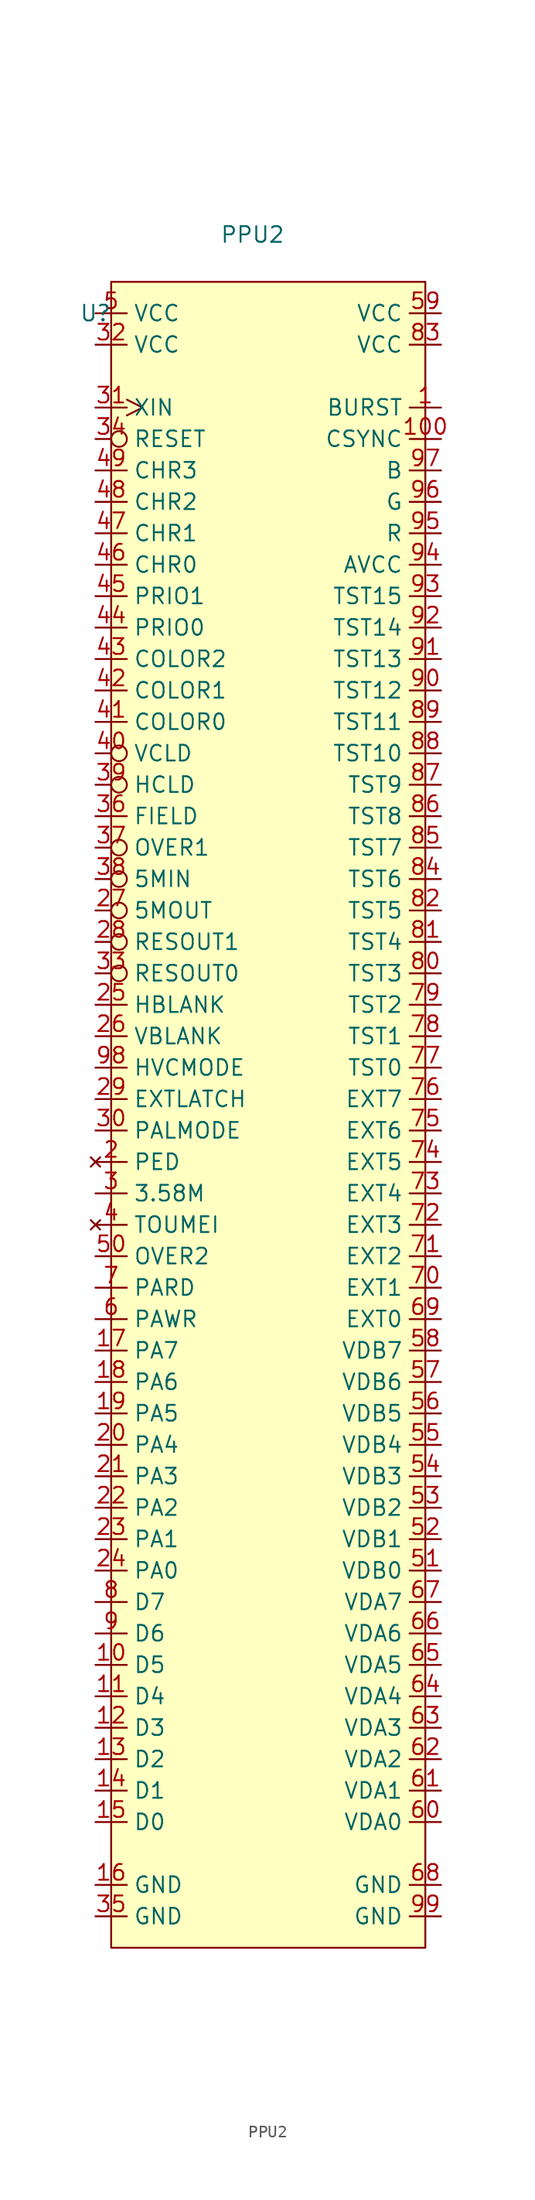
<source format=kicad_sym>
(kicad_symbol_lib
  (version 20220914)
  (generator kicad_symbol_editor)
  (symbol "PPU2"
    (property "Reference" "U"
      (at -12.7 1.27 0)
      (effects (font (size 1.27 1.27))))
    (property "Value" "PPU2"
      (at 0 7.62 0)
      (effects (font (size 1.27 1.27))))
    (symbol "PPU2_0_0"
      (pin output line (at 15.24 -6.35 180) (length 2.54) (name "BURST" (effects (font (size 1.27 1.27)))) (number "1" (effects (font (size 1.27 1.27)))))
      (pin bidirectional line (at -12.7 -107.95 0) (length 2.54) (name "D5" (effects (font (size 1.27 1.27)))) (number "10" (effects (font (size 1.27 1.27)))))
      (pin output line (at 15.24 -8.89 180) (length 2.54) (name "CSYNC" (effects (font (size 1.27 1.27)))) (number "100" (effects (font (size 1.27 1.27)))))
      (pin bidirectional line (at -12.7 -110.49 0) (length 2.54) (name "D4" (effects (font (size 1.27 1.27)))) (number "11" (effects (font (size 1.27 1.27)))))
      (pin bidirectional line (at -12.7 -113.03 0) (length 2.54) (name "D3" (effects (font (size 1.27 1.27)))) (number "12" (effects (font (size 1.27 1.27)))))
      (pin bidirectional line (at -12.7 -115.57 0) (length 2.54) (name "D2" (effects (font (size 1.27 1.27)))) (number "13" (effects (font (size 1.27 1.27)))))
      (pin bidirectional line (at -12.7 -118.11 0) (length 2.54) (name "D1" (effects (font (size 1.27 1.27)))) (number "14" (effects (font (size 1.27 1.27)))))
      (pin bidirectional line (at -12.7 -120.65 0) (length 2.54) (name "D0" (effects (font (size 1.27 1.27)))) (number "15" (effects (font (size 1.27 1.27)))))
      (pin power_in line (at -12.7 -125.73 0) (length 2.54) (name "GND" (effects (font (size 1.27 1.27)))) (number "16" (effects (font (size 1.27 1.27)))))
      (pin input line (at -12.7 -82.55 0) (length 2.54) (name "PA7" (effects (font (size 1.27 1.27)))) (number "17" (effects (font (size 1.27 1.27)))))
      (pin input line (at -12.7 -85.09 0) (length 2.54) (name "PA6" (effects (font (size 1.27 1.27)))) (number "18" (effects (font (size 1.27 1.27)))))
      (pin input line (at -12.7 -87.63 0) (length 2.54) (name "PA5" (effects (font (size 1.27 1.27)))) (number "19" (effects (font (size 1.27 1.27)))))
      (pin no_connect line (at -12.7 -67.31 0) (length 2.54) (name "PED" (effects (font (size 1.27 1.27)))) (number "2" (effects (font (size 1.27 1.27)))))
      (pin input line (at -12.7 -90.17 0) (length 2.54) (name "PA4" (effects (font (size 1.27 1.27)))) (number "20" (effects (font (size 1.27 1.27)))))
      (pin input line (at -12.7 -92.71 0) (length 2.54) (name "PA3" (effects (font (size 1.27 1.27)))) (number "21" (effects (font (size 1.27 1.27)))))
      (pin input line (at -12.7 -95.25 0) (length 2.54) (name "PA2" (effects (font (size 1.27 1.27)))) (number "22" (effects (font (size 1.27 1.27)))))
      (pin input line (at -12.7 -97.79 0) (length 2.54) (name "PA1" (effects (font (size 1.27 1.27)))) (number "23" (effects (font (size 1.27 1.27)))))
      (pin input line (at -12.7 -100.33 0) (length 2.54) (name "PA0" (effects (font (size 1.27 1.27)))) (number "24" (effects (font (size 1.27 1.27)))))
      (pin output line (at -12.7 -54.61 0) (length 2.54) (name "HBLANK" (effects (font (size 1.27 1.27)))) (number "25" (effects (font (size 1.27 1.27)))))
      (pin output line (at -12.7 -57.15 0) (length 2.54) (name "VBLANK" (effects (font (size 1.27 1.27)))) (number "26" (effects (font (size 1.27 1.27)))))
      (pin output inverted (at -12.7 -46.99 0) (length 2.54) (name "5MOUT" (effects (font (size 1.27 1.27)))) (number "27" (effects (font (size 1.27 1.27)))))
      (pin output inverted (at -12.7 -49.53 0) (length 2.54) (name "RESOUT1" (effects (font (size 1.27 1.27)))) (number "28" (effects (font (size 1.27 1.27)))))
      (pin bidirectional line (at -12.7 -62.23 0) (length 2.54) (name "EXTLATCH" (effects (font (size 1.27 1.27)))) (number "29" (effects (font (size 1.27 1.27)))))
      (pin output line (at -12.7 -69.85 0) (length 2.54) (name "3.58M" (effects (font (size 1.27 1.27)))) (number "3" (effects (font (size 1.27 1.27)))))
      (pin input line (at -12.7 -64.77 0) (length 2.54) (name "PALMODE" (effects (font (size 1.27 1.27)))) (number "30" (effects (font (size 1.27 1.27)))))
      (pin input clock (at -12.7 -6.35 0) (length 2.54) (name "XIN" (effects (font (size 1.27 1.27)))) (number "31" (effects (font (size 1.27 1.27)))))
      (pin power_in line (at -12.7 -1.27 0) (length 2.54) (name "VCC" (effects (font (size 1.27 1.27)))) (number "32" (effects (font (size 1.27 1.27)))))
      (pin output inverted (at -12.7 -52.07 0) (length 2.54) (name "RESOUT0" (effects (font (size 1.27 1.27)))) (number "33" (effects (font (size 1.27 1.27)))))
      (pin input inverted (at -12.7 -8.89 0) (length 2.54) (name "RESET" (effects (font (size 1.27 1.27)))) (number "34" (effects (font (size 1.27 1.27)))))
      (pin power_in line (at -12.7 -128.27 0) (length 2.54) (name "GND" (effects (font (size 1.27 1.27)))) (number "35" (effects (font (size 1.27 1.27)))))
      (pin unspecified line (at -12.7 -39.37 0) (length 2.54) (name "FIELD" (effects (font (size 1.27 1.27)))) (number "36" (effects (font (size 1.27 1.27)))))
      (pin unspecified inverted (at -12.7 -41.91 0) (length 2.54) (name "OVER1" (effects (font (size 1.27 1.27)))) (number "37" (effects (font (size 1.27 1.27)))))
      (pin input inverted (at -12.7 -44.45 0) (length 2.54) (name "5MIN" (effects (font (size 1.27 1.27)))) (number "38" (effects (font (size 1.27 1.27)))))
      (pin unspecified inverted (at -12.7 -36.83 0) (length 2.54) (name "HCLD" (effects (font (size 1.27 1.27)))) (number "39" (effects (font (size 1.27 1.27)))))
      (pin no_connect line (at -12.7 -72.39 0) (length 2.54) (name "TOUMEI" (effects (font (size 1.27 1.27)))) (number "4" (effects (font (size 1.27 1.27)))))
      (pin unspecified inverted (at -12.7 -34.29 0) (length 2.54) (name "VCLD" (effects (font (size 1.27 1.27)))) (number "40" (effects (font (size 1.27 1.27)))))
      (pin unspecified line (at -12.7 -31.75 0) (length 2.54) (name "COLOR0" (effects (font (size 1.27 1.27)))) (number "41" (effects (font (size 1.27 1.27)))))
      (pin unspecified line (at -12.7 -29.21 0) (length 2.54) (name "COLOR1" (effects (font (size 1.27 1.27)))) (number "42" (effects (font (size 1.27 1.27)))))
      (pin unspecified line (at -12.7 -26.67 0) (length 2.54) (name "COLOR2" (effects (font (size 1.27 1.27)))) (number "43" (effects (font (size 1.27 1.27)))))
      (pin unspecified line (at -12.7 -24.13 0) (length 2.54) (name "PRIO0" (effects (font (size 1.27 1.27)))) (number "44" (effects (font (size 1.27 1.27)))))
      (pin unspecified line (at -12.7 -21.59 0) (length 2.54) (name "PRIO1" (effects (font (size 1.27 1.27)))) (number "45" (effects (font (size 1.27 1.27)))))
      (pin unspecified line (at -12.7 -19.05 0) (length 2.54) (name "CHR0" (effects (font (size 1.27 1.27)))) (number "46" (effects (font (size 1.27 1.27)))))
      (pin unspecified line (at -12.7 -16.51 0) (length 2.54) (name "CHR1" (effects (font (size 1.27 1.27)))) (number "47" (effects (font (size 1.27 1.27)))))
      (pin unspecified line (at -12.7 -13.97 0) (length 2.54) (name "CHR2" (effects (font (size 1.27 1.27)))) (number "48" (effects (font (size 1.27 1.27)))))
      (pin unspecified line (at -12.7 -11.43 0) (length 2.54) (name "CHR3" (effects (font (size 1.27 1.27)))) (number "49" (effects (font (size 1.27 1.27)))))
      (pin power_in line (at -12.7 1.27 0) (length 2.54) (name "VCC" (effects (font (size 1.27 1.27)))) (number "5" (effects (font (size 1.27 1.27)))))
      (pin input line (at -12.7 -74.93 0) (length 2.54) (name "OVER2" (effects (font (size 1.27 1.27)))) (number "50" (effects (font (size 1.27 1.27)))))
      (pin bidirectional line (at 15.24 -100.33 180) (length 2.54) (name "VDB0" (effects (font (size 1.27 1.27)))) (number "51" (effects (font (size 1.27 1.27)))))
      (pin bidirectional line (at 15.24 -97.79 180) (length 2.54) (name "VDB1" (effects (font (size 1.27 1.27)))) (number "52" (effects (font (size 1.27 1.27)))))
      (pin bidirectional line (at 15.24 -95.25 180) (length 2.54) (name "VDB2" (effects (font (size 1.27 1.27)))) (number "53" (effects (font (size 1.27 1.27)))))
      (pin bidirectional line (at 15.24 -92.71 180) (length 2.54) (name "VDB3" (effects (font (size 1.27 1.27)))) (number "54" (effects (font (size 1.27 1.27)))))
      (pin bidirectional line (at 15.24 -90.17 180) (length 2.54) (name "VDB4" (effects (font (size 1.27 1.27)))) (number "55" (effects (font (size 1.27 1.27)))))
      (pin bidirectional line (at 15.24 -87.63 180) (length 2.54) (name "VDB5" (effects (font (size 1.27 1.27)))) (number "56" (effects (font (size 1.27 1.27)))))
      (pin bidirectional line (at 15.24 -85.09 180) (length 2.54) (name "VDB6" (effects (font (size 1.27 1.27)))) (number "57" (effects (font (size 1.27 1.27)))))
      (pin bidirectional line (at 15.24 -82.55 180) (length 2.54) (name "VDB7" (effects (font (size 1.27 1.27)))) (number "58" (effects (font (size 1.27 1.27)))))
      (pin power_in line (at 15.24 1.27 180) (length 2.54) (name "VCC" (effects (font (size 1.27 1.27)))) (number "59" (effects (font (size 1.27 1.27)))))
      (pin input line (at -12.7 -80.01 0) (length 2.54) (name "PAWR" (effects (font (size 1.27 1.27)))) (number "6" (effects (font (size 1.27 1.27)))))
      (pin bidirectional line (at 15.24 -120.65 180) (length 2.54) (name "VDA0" (effects (font (size 1.27 1.27)))) (number "60" (effects (font (size 1.27 1.27)))))
      (pin bidirectional line (at 15.24 -118.11 180) (length 2.54) (name "VDA1" (effects (font (size 1.27 1.27)))) (number "61" (effects (font (size 1.27 1.27)))))
      (pin bidirectional line (at 15.24 -115.57 180) (length 2.54) (name "VDA2" (effects (font (size 1.27 1.27)))) (number "62" (effects (font (size 1.27 1.27)))))
      (pin bidirectional line (at 15.24 -113.03 180) (length 2.54) (name "VDA3" (effects (font (size 1.27 1.27)))) (number "63" (effects (font (size 1.27 1.27)))))
      (pin bidirectional line (at 15.24 -110.49 180) (length 2.54) (name "VDA4" (effects (font (size 1.27 1.27)))) (number "64" (effects (font (size 1.27 1.27)))))
      (pin bidirectional line (at 15.24 -107.95 180) (length 2.54) (name "VDA5" (effects (font (size 1.27 1.27)))) (number "65" (effects (font (size 1.27 1.27)))))
      (pin bidirectional line (at 15.24 -105.41 180) (length 2.54) (name "VDA6" (effects (font (size 1.27 1.27)))) (number "66" (effects (font (size 1.27 1.27)))))
      (pin bidirectional line (at 15.24 -102.87 180) (length 2.54) (name "VDA7" (effects (font (size 1.27 1.27)))) (number "67" (effects (font (size 1.27 1.27)))))
      (pin power_in line (at 15.24 -125.73 180) (length 2.54) (name "GND" (effects (font (size 1.27 1.27)))) (number "68" (effects (font (size 1.27 1.27)))))
      (pin input line (at 15.24 -80.01 180) (length 2.54) (name "EXT0" (effects (font (size 1.27 1.27)))) (number "69" (effects (font (size 1.27 1.27)))))
      (pin input line (at -12.7 -77.47 0) (length 2.54) (name "PARD" (effects (font (size 1.27 1.27)))) (number "7" (effects (font (size 1.27 1.27)))))
      (pin input line (at 15.24 -77.47 180) (length 2.54) (name "EXT1" (effects (font (size 1.27 1.27)))) (number "70" (effects (font (size 1.27 1.27)))))
      (pin input line (at 15.24 -74.93 180) (length 2.54) (name "EXT2" (effects (font (size 1.27 1.27)))) (number "71" (effects (font (size 1.27 1.27)))))
      (pin input line (at 15.24 -72.39 180) (length 2.54) (name "EXT3" (effects (font (size 1.27 1.27)))) (number "72" (effects (font (size 1.27 1.27)))))
      (pin input line (at 15.24 -69.85 180) (length 2.54) (name "EXT4" (effects (font (size 1.27 1.27)))) (number "73" (effects (font (size 1.27 1.27)))))
      (pin input line (at 15.24 -67.31 180) (length 2.54) (name "EXT5" (effects (font (size 1.27 1.27)))) (number "74" (effects (font (size 1.27 1.27)))))
      (pin input line (at 15.24 -64.77 180) (length 2.54) (name "EXT6" (effects (font (size 1.27 1.27)))) (number "75" (effects (font (size 1.27 1.27)))))
      (pin input line (at 15.24 -62.23 180) (length 2.54) (name "EXT7" (effects (font (size 1.27 1.27)))) (number "76" (effects (font (size 1.27 1.27)))))
      (pin input line (at 15.24 -59.69 180) (length 2.54) (name "TST0" (effects (font (size 1.27 1.27)))) (number "77" (effects (font (size 1.27 1.27)))))
      (pin input line (at 15.24 -57.15 180) (length 2.54) (name "TST1" (effects (font (size 1.27 1.27)))) (number "78" (effects (font (size 1.27 1.27)))))
      (pin input line (at 15.24 -54.61 180) (length 2.54) (name "TST2" (effects (font (size 1.27 1.27)))) (number "79" (effects (font (size 1.27 1.27)))))
      (pin bidirectional line (at -12.7 -102.87 0) (length 2.54) (name "D7" (effects (font (size 1.27 1.27)))) (number "8" (effects (font (size 1.27 1.27)))))
      (pin input line (at 15.24 -52.07 180) (length 2.54) (name "TST3" (effects (font (size 1.27 1.27)))) (number "80" (effects (font (size 1.27 1.27)))))
      (pin input line (at 15.24 -49.53 180) (length 2.54) (name "TST4" (effects (font (size 1.27 1.27)))) (number "81" (effects (font (size 1.27 1.27)))))
      (pin input line (at 15.24 -46.99 180) (length 2.54) (name "TST5" (effects (font (size 1.27 1.27)))) (number "82" (effects (font (size 1.27 1.27)))))
      (pin power_in line (at 15.24 -1.27 180) (length 2.54) (name "VCC" (effects (font (size 1.27 1.27)))) (number "83" (effects (font (size 1.27 1.27)))))
      (pin input line (at 15.24 -44.45 180) (length 2.54) (name "TST6" (effects (font (size 1.27 1.27)))) (number "84" (effects (font (size 1.27 1.27)))))
      (pin input line (at 15.24 -41.91 180) (length 2.54) (name "TST7" (effects (font (size 1.27 1.27)))) (number "85" (effects (font (size 1.27 1.27)))))
      (pin input line (at 15.24 -39.37 180) (length 2.54) (name "TST8" (effects (font (size 1.27 1.27)))) (number "86" (effects (font (size 1.27 1.27)))))
      (pin input line (at 15.24 -36.83 180) (length 2.54) (name "TST9" (effects (font (size 1.27 1.27)))) (number "87" (effects (font (size 1.27 1.27)))))
      (pin input line (at 15.24 -34.29 180) (length 2.54) (name "TST10" (effects (font (size 1.27 1.27)))) (number "88" (effects (font (size 1.27 1.27)))))
      (pin input line (at 15.24 -31.75 180) (length 2.54) (name "TST11" (effects (font (size 1.27 1.27)))) (number "89" (effects (font (size 1.27 1.27)))))
      (pin bidirectional line (at -12.7 -105.41 0) (length 2.54) (name "D6" (effects (font (size 1.27 1.27)))) (number "9" (effects (font (size 1.27 1.27)))))
      (pin input line (at 15.24 -29.21 180) (length 2.54) (name "TST12" (effects (font (size 1.27 1.27)))) (number "90" (effects (font (size 1.27 1.27)))))
      (pin input line (at 15.24 -26.67 180) (length 2.54) (name "TST13" (effects (font (size 1.27 1.27)))) (number "91" (effects (font (size 1.27 1.27)))))
      (pin input line (at 15.24 -24.13 180) (length 2.54) (name "TST14" (effects (font (size 1.27 1.27)))) (number "92" (effects (font (size 1.27 1.27)))))
      (pin unspecified line (at 15.24 -21.59 180) (length 2.54) (name "TST15" (effects (font (size 1.27 1.27)))) (number "93" (effects (font (size 1.27 1.27)))))
      (pin unspecified line (at 15.24 -19.05 180) (length 2.54) (name "AVCC" (effects (font (size 1.27 1.27)))) (number "94" (effects (font (size 1.27 1.27)))))
      (pin output line (at 15.24 -16.51 180) (length 2.54) (name "R" (effects (font (size 1.27 1.27)))) (number "95" (effects (font (size 1.27 1.27)))))
      (pin output line (at 15.24 -13.97 180) (length 2.54) (name "G" (effects (font (size 1.27 1.27)))) (number "96" (effects (font (size 1.27 1.27)))))
      (pin output line (at 15.24 -11.43 180) (length 2.54) (name "B" (effects (font (size 1.27 1.27)))) (number "97" (effects (font (size 1.27 1.27)))))
      (pin input line (at -12.7 -59.69 0) (length 2.54) (name "HVCMODE" (effects (font (size 1.27 1.27)))) (number "98" (effects (font (size 1.27 1.27)))))
      (pin power_in line (at 15.24 -128.27 180) (length 2.54) (name "GND" (effects (font (size 1.27 1.27)))) (number "99" (effects (font (size 1.27 1.27))))))
    (symbol "PPU2_0_1"
      (rectangle (start -11.43 3.81) (end 13.97 -130.81) (stroke (width 0) (type default)) (fill (type background))))))
</source>
